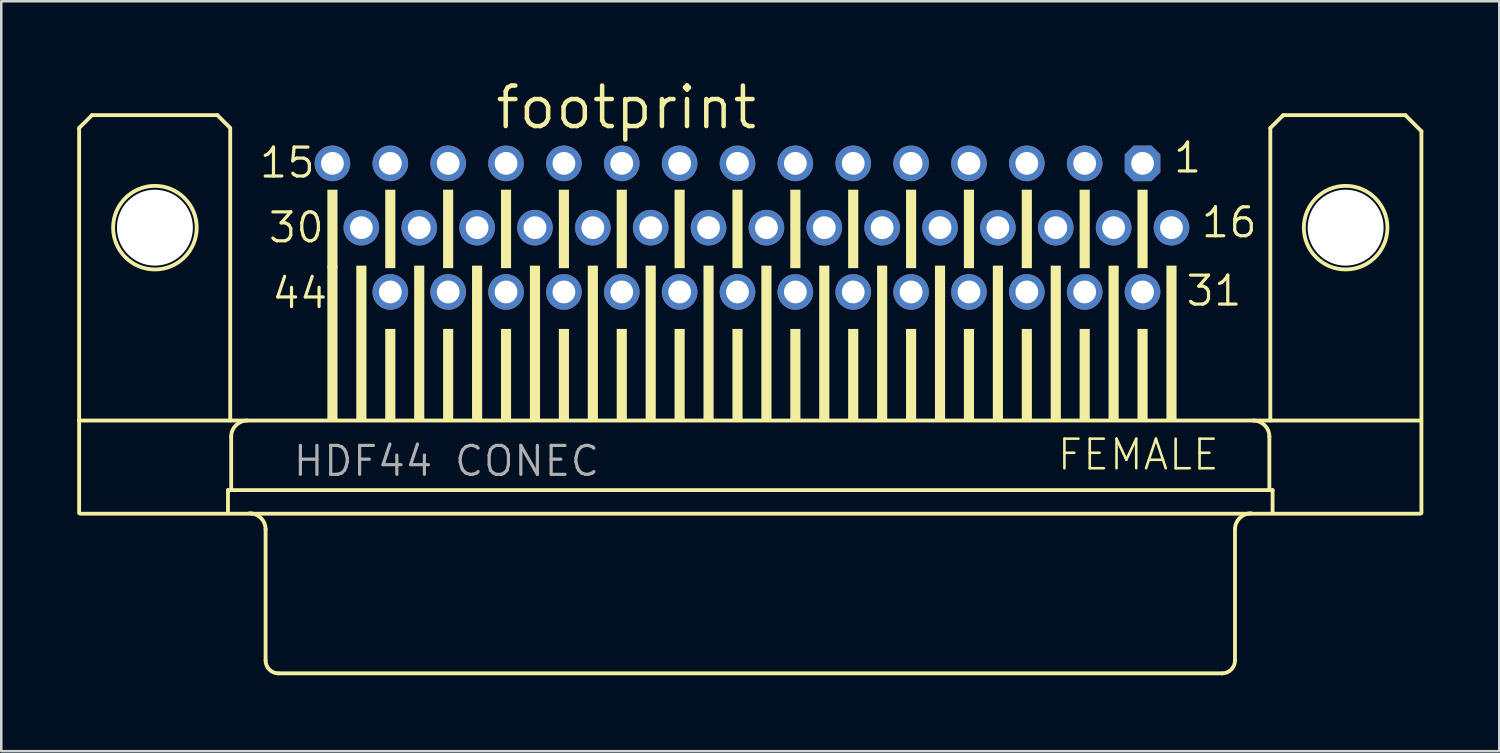
<source format=kicad_pcb>
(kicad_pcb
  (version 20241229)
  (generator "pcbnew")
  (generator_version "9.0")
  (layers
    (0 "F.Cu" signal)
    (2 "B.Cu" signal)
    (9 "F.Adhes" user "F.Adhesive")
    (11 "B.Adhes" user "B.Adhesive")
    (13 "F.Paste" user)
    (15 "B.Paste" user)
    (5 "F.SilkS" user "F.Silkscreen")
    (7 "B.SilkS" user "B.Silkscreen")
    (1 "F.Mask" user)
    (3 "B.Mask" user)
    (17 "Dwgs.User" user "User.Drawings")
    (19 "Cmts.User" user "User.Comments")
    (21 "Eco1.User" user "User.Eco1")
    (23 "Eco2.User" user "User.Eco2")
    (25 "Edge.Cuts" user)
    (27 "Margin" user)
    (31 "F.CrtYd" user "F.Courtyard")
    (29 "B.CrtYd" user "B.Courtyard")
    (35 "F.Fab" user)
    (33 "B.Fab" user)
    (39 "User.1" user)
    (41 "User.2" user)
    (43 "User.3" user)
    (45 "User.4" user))
  (footprint "footprint"
    (layer "F.Cu")
    (at 26.59 5.944)
    (property "Reference" "footprint" (at -10.16 -3.81 0) (layer "F.SilkS") (effects (font (size 1.6 1.6) (thickness 0.178)) (justify left bottom)))
    (fp_line (start -26.514 -3.937) (end -26.514 7.62) (stroke (width 0.152) (type solid)) (layer "F.SilkS"))
    (fp_line (start -26.514 11.276) (end -26.514 7.62) (stroke (width 0.152) (type solid)) (layer "F.SilkS"))
    (fp_line (start -26.47 11.3) (end 26.47 11.3) (stroke (width 0.152) (type solid)) (layer "F.SilkS"))
    (fp_line (start -26.006 -4.445) (end -26.514 -3.937) (stroke (width 0.152) (type solid)) (layer "F.SilkS"))
    (fp_line (start -21.053 -4.445) (end -26.006 -4.445) (stroke (width 0.152) (type solid)) (layer "F.SilkS"))
    (fp_line (start -20.634 10.368) (end -20.634 11.276) (stroke (width 0.152) (type solid)) (layer "F.SilkS"))
    (fp_line (start -20.545 -3.937) (end -21.053 -4.445) (stroke (width 0.152) (type solid)) (layer "F.SilkS"))
    (fp_line (start -20.545 -3.937) (end -20.545 7.62) (stroke (width 0.152) (type solid)) (layer "F.SilkS"))
    (fp_line (start -20.507 8.255) (end -20.507 10.368) (stroke (width 0.152) (type solid)) (layer "F.SilkS"))
    (fp_line (start -20.507 10.368) (end -20.634 10.368) (stroke (width 0.152) (type solid)) (layer "F.SilkS"))
    (fp_line (start -19.148 11.919) (end -19.148 17.099) (stroke (width 0.152) (type solid)) (layer "F.SilkS"))
    (fp_line (start 18.64 17.607) (end -18.64 17.607) (stroke (width 0.152) (type solid)) (layer "F.SilkS"))
    (fp_line (start 19.148 11.919) (end 19.148 17.099) (stroke (width 0.152) (type solid)) (layer "F.SilkS"))
    (fp_line (start 20.507 8.255) (end 20.507 10.368) (stroke (width 0.152) (type solid)) (layer "F.SilkS"))
    (fp_line (start 20.507 10.368) (end -20.507 10.368) (stroke (width 0.152) (type solid)) (layer "F.SilkS"))
    (fp_line (start 20.545 -3.937) (end 20.545 7.62) (stroke (width 0.152) (type solid)) (layer "F.SilkS"))
    (fp_line (start 20.634 10.368) (end 20.507 10.368) (stroke (width 0.152) (type solid)) (layer "F.SilkS"))
    (fp_line (start 20.634 10.368) (end 20.634 11.276) (stroke (width 0.152) (type solid)) (layer "F.SilkS"))
    (fp_line (start 21.053 -4.445) (end 20.545 -3.937) (stroke (width 0.152) (type solid)) (layer "F.SilkS"))
    (fp_line (start 21.053 -4.445) (end 25.879 -4.445) (stroke (width 0.152) (type solid)) (layer "F.SilkS"))
    (fp_line (start 25.879 -4.445) (end 26.514 -3.81) (stroke (width 0.152) (type solid)) (layer "F.SilkS"))
    (fp_line (start 26.426 7.62) (end -26.514 7.62) (stroke (width 0.152) (type solid)) (layer "F.SilkS"))
    (fp_line (start 26.514 -3.81) (end 26.514 11.276) (stroke (width 0.152) (type solid)) (layer "F.SilkS"))
    (fp_arc (start -20.507 8.255) (mid -20.321013 7.805987) (end -19.872 7.62) (stroke (width 0.1524) (type solid)) (layer "F.SilkS"))
    (fp_arc (start -19.783 11.284) (mid -19.333987 11.469987) (end -19.148 11.919) (stroke (width 0.1524) (type solid)) (layer "F.SilkS"))
    (fp_arc (start -18.64 17.607) (mid -18.99921 17.45821) (end -19.148 17.099) (stroke (width 0.1524) (type solid)) (layer "F.SilkS"))
    (fp_arc (start 19.148 11.919) (mid 19.333987 11.469987) (end 19.783 11.284) (stroke (width 0.1524) (type solid)) (layer "F.SilkS"))
    (fp_arc (start 19.148 17.099) (mid 18.99921 17.45821) (end 18.64 17.607) (stroke (width 0.1524) (type solid)) (layer "F.SilkS"))
    (fp_arc (start 19.872 7.62) (mid 20.321013 7.805987) (end 20.507 8.255) (stroke (width 0.1524) (type solid)) (layer "F.SilkS"))
    (fp_circle (center -23.52 0) (end -21.869 0) (stroke (width 0.152) (type solid)) (fill no) (layer "F.SilkS"))
    (fp_circle (center 23.52 0) (end 25.171 0) (stroke (width 0.152) (type solid)) (fill no) (layer "F.SilkS"))
    (fp_poly (pts (xy -16.707 1.6) (xy -16.307 1.6) (xy -16.307 -1.5) (xy -16.707 -1.5)) (stroke (width 0) (type solid)) (fill yes) (layer "F.SilkS"))
    (fp_poly (pts (xy -16.707 7.6) (xy -16.307 7.6) (xy -16.307 1.5) (xy -16.707 1.5)) (stroke (width 0) (type solid)) (fill yes) (layer "F.SilkS"))
    (fp_poly (pts (xy -15.564 7.6) (xy -15.164 7.6) (xy -15.164 1.5) (xy -15.564 1.5)) (stroke (width 0) (type solid)) (fill yes) (layer "F.SilkS"))
    (fp_poly (pts (xy -14.421 1.6) (xy -14.021 1.6) (xy -14.021 -1.5) (xy -14.421 -1.5)) (stroke (width 0) (type solid)) (fill yes) (layer "F.SilkS"))
    (fp_poly (pts (xy -14.421 7.6) (xy -14.021 7.6) (xy -14.021 4) (xy -14.421 4)) (stroke (width 0) (type solid)) (fill yes) (layer "F.SilkS"))
    (fp_poly (pts (xy -13.278 7.6) (xy -12.878 7.6) (xy -12.878 1.5) (xy -13.278 1.5)) (stroke (width 0) (type solid)) (fill yes) (layer "F.SilkS"))
    (fp_poly (pts (xy -12.135 1.6) (xy -11.735 1.6) (xy -11.735 -1.5) (xy -12.135 -1.5)) (stroke (width 0) (type solid)) (fill yes) (layer "F.SilkS"))
    (fp_poly (pts (xy -12.135 7.6) (xy -11.735 7.6) (xy -11.735 4) (xy -12.135 4)) (stroke (width 0) (type solid)) (fill yes) (layer "F.SilkS"))
    (fp_poly (pts (xy -10.992 7.6) (xy -10.592 7.6) (xy -10.592 1.5) (xy -10.992 1.5)) (stroke (width 0) (type solid)) (fill yes) (layer "F.SilkS"))
    (fp_poly (pts (xy -9.849 1.6) (xy -9.449 1.6) (xy -9.449 -1.5) (xy -9.849 -1.5)) (stroke (width 0) (type solid)) (fill yes) (layer "F.SilkS"))
    (fp_poly (pts (xy -9.849 7.6) (xy -9.449 7.6) (xy -9.449 4) (xy -9.849 4)) (stroke (width 0) (type solid)) (fill yes) (layer "F.SilkS"))
    (fp_poly (pts (xy -8.706 7.6) (xy -8.306 7.6) (xy -8.306 1.5) (xy -8.706 1.5)) (stroke (width 0) (type solid)) (fill yes) (layer "F.SilkS"))
    (fp_poly (pts (xy -7.563 1.6) (xy -7.163 1.6) (xy -7.163 -1.5) (xy -7.563 -1.5)) (stroke (width 0) (type solid)) (fill yes) (layer "F.SilkS"))
    (fp_poly (pts (xy -7.563 7.6) (xy -7.163 7.6) (xy -7.163 4) (xy -7.563 4)) (stroke (width 0) (type solid)) (fill yes) (layer "F.SilkS"))
    (fp_poly (pts (xy -6.42 7.6) (xy -6.02 7.6) (xy -6.02 1.5) (xy -6.42 1.5)) (stroke (width 0) (type solid)) (fill yes) (layer "F.SilkS"))
    (fp_poly (pts (xy -5.277 1.6) (xy -4.877 1.6) (xy -4.877 -1.5) (xy -5.277 -1.5)) (stroke (width 0) (type solid)) (fill yes) (layer "F.SilkS"))
    (fp_poly (pts (xy -5.277 7.6) (xy -4.877 7.6) (xy -4.877 4) (xy -5.277 4)) (stroke (width 0) (type solid)) (fill yes) (layer "F.SilkS"))
    (fp_poly (pts (xy -4.134 7.6) (xy -3.734 7.6) (xy -3.734 1.5) (xy -4.134 1.5)) (stroke (width 0) (type solid)) (fill yes) (layer "F.SilkS"))
    (fp_poly (pts (xy -2.991 1.6) (xy -2.591 1.6) (xy -2.591 -1.5) (xy -2.991 -1.5)) (stroke (width 0) (type solid)) (fill yes) (layer "F.SilkS"))
    (fp_poly (pts (xy -2.991 7.6) (xy -2.591 7.6) (xy -2.591 4) (xy -2.991 4)) (stroke (width 0) (type solid)) (fill yes) (layer "F.SilkS"))
    (fp_poly (pts (xy -1.848 7.6) (xy -1.448 7.6) (xy -1.448 1.5) (xy -1.848 1.5)) (stroke (width 0) (type solid)) (fill yes) (layer "F.SilkS"))
    (fp_poly (pts (xy -0.705 1.6) (xy -0.305 1.6) (xy -0.305 -1.5) (xy -0.705 -1.5)) (stroke (width 0) (type solid)) (fill yes) (layer "F.SilkS"))
    (fp_poly (pts (xy -0.705 7.6) (xy -0.305 7.6) (xy -0.305 4) (xy -0.705 4)) (stroke (width 0) (type solid)) (fill yes) (layer "F.SilkS"))
    (fp_poly (pts (xy 0.438 7.6) (xy 0.838 7.6) (xy 0.838 1.5) (xy 0.438 1.5)) (stroke (width 0) (type solid)) (fill yes) (layer "F.SilkS"))
    (fp_poly (pts (xy 1.581 1.6) (xy 1.981 1.6) (xy 1.981 -1.5) (xy 1.581 -1.5)) (stroke (width 0) (type solid)) (fill yes) (layer "F.SilkS"))
    (fp_poly (pts (xy 1.581 7.6) (xy 1.981 7.6) (xy 1.981 4) (xy 1.581 4)) (stroke (width 0) (type solid)) (fill yes) (layer "F.SilkS"))
    (fp_poly (pts (xy 2.724 7.6) (xy 3.124 7.6) (xy 3.124 1.5) (xy 2.724 1.5)) (stroke (width 0) (type solid)) (fill yes) (layer "F.SilkS"))
    (fp_poly (pts (xy 3.867 1.6) (xy 4.267 1.6) (xy 4.267 -1.5) (xy 3.867 -1.5)) (stroke (width 0) (type solid)) (fill yes) (layer "F.SilkS"))
    (fp_poly (pts (xy 3.867 7.6) (xy 4.267 7.6) (xy 4.267 4) (xy 3.867 4)) (stroke (width 0) (type solid)) (fill yes) (layer "F.SilkS"))
    (fp_poly (pts (xy 5.01 7.6) (xy 5.41 7.6) (xy 5.41 1.5) (xy 5.01 1.5)) (stroke (width 0) (type solid)) (fill yes) (layer "F.SilkS"))
    (fp_poly (pts (xy 6.153 1.6) (xy 6.553 1.6) (xy 6.553 -1.5) (xy 6.153 -1.5)) (stroke (width 0) (type solid)) (fill yes) (layer "F.SilkS"))
    (fp_poly (pts (xy 6.153 7.6) (xy 6.553 7.6) (xy 6.553 4) (xy 6.153 4)) (stroke (width 0) (type solid)) (fill yes) (layer "F.SilkS"))
    (fp_poly (pts (xy 7.296 7.6) (xy 7.696 7.6) (xy 7.696 1.5) (xy 7.296 1.5)) (stroke (width 0) (type solid)) (fill yes) (layer "F.SilkS"))
    (fp_poly (pts (xy 8.439 1.6) (xy 8.839 1.6) (xy 8.839 -1.5) (xy 8.439 -1.5)) (stroke (width 0) (type solid)) (fill yes) (layer "F.SilkS"))
    (fp_poly (pts (xy 8.439 7.6) (xy 8.839 7.6) (xy 8.839 4) (xy 8.439 4)) (stroke (width 0) (type solid)) (fill yes) (layer "F.SilkS"))
    (fp_poly (pts (xy 9.582 7.6) (xy 9.982 7.6) (xy 9.982 1.5) (xy 9.582 1.5)) (stroke (width 0) (type solid)) (fill yes) (layer "F.SilkS"))
    (fp_poly (pts (xy 10.725 1.6) (xy 11.125 1.6) (xy 11.125 -1.5) (xy 10.725 -1.5)) (stroke (width 0) (type solid)) (fill yes) (layer "F.SilkS"))
    (fp_poly (pts (xy 10.725 7.6) (xy 11.125 7.6) (xy 11.125 4) (xy 10.725 4)) (stroke (width 0) (type solid)) (fill yes) (layer "F.SilkS"))
    (fp_poly (pts (xy 11.868 7.6) (xy 12.268 7.6) (xy 12.268 1.5) (xy 11.868 1.5)) (stroke (width 0) (type solid)) (fill yes) (layer "F.SilkS"))
    (fp_poly (pts (xy 13.011 1.6) (xy 13.411 1.6) (xy 13.411 -1.5) (xy 13.011 -1.5)) (stroke (width 0) (type solid)) (fill yes) (layer "F.SilkS"))
    (fp_poly (pts (xy 13.011 7.6) (xy 13.411 7.6) (xy 13.411 4) (xy 13.011 4)) (stroke (width 0) (type solid)) (fill yes) (layer "F.SilkS"))
    (fp_poly (pts (xy 14.154 7.6) (xy 14.554 7.6) (xy 14.554 1.5) (xy 14.154 1.5)) (stroke (width 0) (type solid)) (fill yes) (layer "F.SilkS"))
    (fp_poly (pts (xy 15.297 1.6) (xy 15.697 1.6) (xy 15.697 -1.5) (xy 15.297 -1.5)) (stroke (width 0) (type solid)) (fill yes) (layer "F.SilkS"))
    (fp_poly (pts (xy 15.297 7.6) (xy 15.697 7.6) (xy 15.697 4) (xy 15.297 4)) (stroke (width 0) (type solid)) (fill yes) (layer "F.SilkS"))
    (fp_poly (pts (xy 16.44 7.6) (xy 16.84 7.6) (xy 16.84 1.5) (xy 16.44 1.5)) (stroke (width 0) (type solid)) (fill yes) (layer "F.SilkS"))
    (fp_text user "44" (at -18.969 3.265 0) (layer "F.SilkS") (effects (font (size 1.143 1.143) (thickness 0.127)) (justify left bottom)))
    (fp_text user "16" (at 17.748 0.465 0) (layer "F.SilkS") (effects (font (size 1.143 1.143) (thickness 0.127)) (justify left bottom)))
    (fp_text user "15" (at -19.464 -1.895 0) (layer "F.SilkS") (effects (font (size 1.143 1.143) (thickness 0.127)) (justify left bottom)))
    (fp_text user "31" (at 17.148 3.165 0) (layer "F.SilkS") (effects (font (size 1.143 1.143) (thickness 0.127)) (justify left bottom)))
    (fp_text user "FEMALE" (at 12.065 9.652 0) (layer "F.SilkS") (effects (font (size 1.168 1.168) (thickness 0.102)) (justify left bottom)))
    (fp_text user "30" (at -19.107 0.665 0) (layer "F.SilkS") (effects (font (size 1.143 1.143) (thickness 0.127)) (justify left bottom)))
    (fp_text user "1" (at 16.648 -2.095 0) (layer "F.SilkS") (effects (font (size 1.143 1.143) (thickness 0.127)) (justify left bottom)))
    (fp_text user "HDF44 CONEC" (at -18.129 9.891 0) (layer "F.Fab") (effects (font (size 1.143 1.143) (thickness 0.127)) (justify left bottom)))
    (pad "" np_thru_hole circle (at -23.52 0) (size 3 3) (drill 3) (layers "*.Cu" "*.Mask"))
    (pad "" np_thru_hole circle (at 23.52 0) (size 3 3) (drill 3) (layers "*.Cu" "*.Mask"))
    (pad "1" thru_hole roundrect (at 15.497 -2.54) (size 1.408 1.408) (drill 0.9) (layers "*.Cu" "*.Mask") (roundrect_rratio 0.25) (chamfer_ratio 0.25) (chamfer top_left top_right bottom_left bottom_right))
    (pad "2" thru_hole circle (at 13.211 -2.54) (size 1.408 1.408) (drill 0.9) (layers "*.Cu" "*.Mask"))
    (pad "3" thru_hole circle (at 10.925 -2.54) (size 1.408 1.408) (drill 0.9) (layers "*.Cu" "*.Mask"))
    (pad "4" thru_hole circle (at 8.639 -2.54) (size 1.408 1.408) (drill 0.9) (layers "*.Cu" "*.Mask"))
    (pad "5" thru_hole circle (at 6.353 -2.54) (size 1.408 1.408) (drill 0.9) (layers "*.Cu" "*.Mask"))
    (pad "6" thru_hole circle (at 4.067 -2.54) (size 1.408 1.408) (drill 0.9) (layers "*.Cu" "*.Mask"))
    (pad "7" thru_hole circle (at 1.781 -2.54) (size 1.408 1.408) (drill 0.9) (layers "*.Cu" "*.Mask"))
    (pad "8" thru_hole circle (at -0.505 -2.54) (size 1.408 1.408) (drill 0.9) (layers "*.Cu" "*.Mask"))
    (pad "9" thru_hole circle (at -2.791 -2.54) (size 1.408 1.408) (drill 0.9) (layers "*.Cu" "*.Mask"))
    (pad "10" thru_hole circle (at -5.077 -2.54) (size 1.408 1.408) (drill 0.9) (layers "*.Cu" "*.Mask"))
    (pad "11" thru_hole circle (at -7.363 -2.54) (size 1.408 1.408) (drill 0.9) (layers "*.Cu" "*.Mask"))
    (pad "12" thru_hole circle (at -9.649 -2.54) (size 1.408 1.408) (drill 0.9) (layers "*.Cu" "*.Mask"))
    (pad "13" thru_hole circle (at -11.935 -2.54) (size 1.408 1.408) (drill 0.9) (layers "*.Cu" "*.Mask"))
    (pad "14" thru_hole circle (at -14.221 -2.54) (size 1.408 1.408) (drill 0.9) (layers "*.Cu" "*.Mask"))
    (pad "15" thru_hole circle (at -16.507 -2.54) (size 1.408 1.408) (drill 0.9) (layers "*.Cu" "*.Mask"))
    (pad "16" thru_hole circle (at 16.64 0) (size 1.408 1.408) (drill 0.9) (layers "*.Cu" "*.Mask"))
    (pad "17" thru_hole circle (at 14.354 0) (size 1.408 1.408) (drill 0.9) (layers "*.Cu" "*.Mask"))
    (pad "18" thru_hole circle (at 12.068 0) (size 1.408 1.408) (drill 0.9) (layers "*.Cu" "*.Mask"))
    (pad "19" thru_hole circle (at 9.782 0) (size 1.408 1.408) (drill 0.9) (layers "*.Cu" "*.Mask"))
    (pad "20" thru_hole circle (at 7.496 0) (size 1.408 1.408) (drill 0.9) (layers "*.Cu" "*.Mask"))
    (pad "21" thru_hole circle (at 5.21 0) (size 1.408 1.408) (drill 0.9) (layers "*.Cu" "*.Mask"))
    (pad "22" thru_hole circle (at 2.924 0) (size 1.408 1.408) (drill 0.9) (layers "*.Cu" "*.Mask"))
    (pad "23" thru_hole circle (at 0.638 0) (size 1.408 1.408) (drill 0.9) (layers "*.Cu" "*.Mask"))
    (pad "24" thru_hole circle (at -1.648 0) (size 1.408 1.408) (drill 0.9) (layers "*.Cu" "*.Mask"))
    (pad "25" thru_hole circle (at -3.934 0) (size 1.408 1.408) (drill 0.9) (layers "*.Cu" "*.Mask"))
    (pad "26" thru_hole circle (at -6.22 0) (size 1.408 1.408) (drill 0.9) (layers "*.Cu" "*.Mask"))
    (pad "27" thru_hole circle (at -8.506 0) (size 1.408 1.408) (drill 0.9) (layers "*.Cu" "*.Mask"))
    (pad "28" thru_hole circle (at -10.792 0) (size 1.408 1.408) (drill 0.9) (layers "*.Cu" "*.Mask"))
    (pad "29" thru_hole circle (at -13.078 0) (size 1.408 1.408) (drill 0.9) (layers "*.Cu" "*.Mask"))
    (pad "30" thru_hole circle (at -15.364 0) (size 1.408 1.408) (drill 0.9) (layers "*.Cu" "*.Mask"))
    (pad "31" thru_hole circle (at 15.497 2.54) (size 1.408 1.408) (drill 0.9) (layers "*.Cu" "*.Mask"))
    (pad "32" thru_hole circle (at 13.211 2.54) (size 1.408 1.408) (drill 0.9) (layers "*.Cu" "*.Mask"))
    (pad "33" thru_hole circle (at 10.925 2.54) (size 1.408 1.408) (drill 0.9) (layers "*.Cu" "*.Mask"))
    (pad "34" thru_hole circle (at 8.639 2.54) (size 1.408 1.408) (drill 0.9) (layers "*.Cu" "*.Mask"))
    (pad "35" thru_hole circle (at 6.353 2.54) (size 1.408 1.408) (drill 0.9) (layers "*.Cu" "*.Mask"))
    (pad "36" thru_hole circle (at 4.067 2.54) (size 1.408 1.408) (drill 0.9) (layers "*.Cu" "*.Mask"))
    (pad "37" thru_hole circle (at 1.781 2.54) (size 1.408 1.408) (drill 0.9) (layers "*.Cu" "*.Mask"))
    (pad "38" thru_hole circle (at -0.505 2.54) (size 1.408 1.408) (drill 0.9) (layers "*.Cu" "*.Mask"))
    (pad "39" thru_hole circle (at -2.791 2.54) (size 1.408 1.408) (drill 0.9) (layers "*.Cu" "*.Mask"))
    (pad "40" thru_hole circle (at -5.077 2.54) (size 1.408 1.408) (drill 0.9) (layers "*.Cu" "*.Mask"))
    (pad "41" thru_hole circle (at -7.363 2.54) (size 1.408 1.408) (drill 0.9) (layers "*.Cu" "*.Mask"))
    (pad "42" thru_hole circle (at -9.649 2.54) (size 1.408 1.408) (drill 0.9) (layers "*.Cu" "*.Mask"))
    (pad "43" thru_hole circle (at -11.935 2.54) (size 1.408 1.408) (drill 0.9) (layers "*.Cu" "*.Mask"))
    (pad "44" thru_hole circle (at -14.221 2.54) (size 1.408 1.408) (drill 0.9) (layers "*.Cu" "*.Mask"))
    (zone (net_name "") (layers "F.Cu" "B.Cu") (hatch edge 0.508) (connect_pads) (min_thickness 0.254) (filled_areas_thickness no) (keepout (tracks allowed) (vias not_allowed) (pads allowed) (copperpour allowed) (footprints allowed)) (placement (enabled no)) (fill) (polygon (pts (xy 5.737 5.944) (xy 5.697 5.48) (xy 5.576 5.031) (xy 5.38 4.61) (xy 5.113 4.229) (xy 4.785 3.901) (xy 4.404 3.634) (xy 3.982 3.437) (xy 3.533 3.317) (xy 3.07 3.277) (xy 2.607 3.317) (xy 2.158 3.437) (xy 1.737 3.634) (xy 1.356 3.901) (xy 1.027 4.229) (xy 0.761 4.61) (xy 0.564 5.031) (xy 0.444 5.48) (xy 0.403 5.944) (xy 0.444 6.407) (xy 0.564 6.856) (xy 0.761 7.277) (xy 1.027 7.658) (xy 1.356 7.987) (xy 1.737 8.253) (xy 2.158 8.45) (xy 2.607 8.57) (xy 3.07 8.611) (xy 3.533 8.57) (xy 3.982 8.45) (xy 4.404 8.253) (xy 4.785 7.987) (xy 5.113 7.658) (xy 5.38 7.277) (xy 5.576 6.856) (xy 5.697 6.407))))
    (zone (net_name "") (layers "F.Cu" "B.Cu") (hatch edge 0.508) (connect_pads) (min_thickness 0.254) (filled_areas_thickness no) (keepout (tracks allowed) (vias not_allowed) (pads allowed) (copperpour allowed) (footprints allowed)) (placement (enabled no)) (fill) (polygon (pts (xy 52.777 5.944) (xy 52.737 5.48) (xy 52.616 5.031) (xy 52.42 4.61) (xy 52.153 4.229) (xy 51.825 3.901) (xy 51.444 3.634) (xy 51.022 3.437) (xy 50.573 3.317) (xy 50.11 3.277) (xy 49.647 3.317) (xy 49.198 3.437) (xy 48.777 3.634) (xy 48.396 3.901) (xy 48.067 4.229) (xy 47.801 4.61) (xy 47.604 5.031) (xy 47.484 5.48) (xy 47.443 5.944) (xy 47.484 6.407) (xy 47.604 6.856) (xy 47.801 7.277) (xy 48.067 7.658) (xy 48.396 7.987) (xy 48.777 8.253) (xy 49.198 8.45) (xy 49.647 8.57) (xy 50.11 8.611) (xy 50.573 8.57) (xy 51.022 8.45) (xy 51.444 8.253) (xy 51.825 7.987) (xy 52.153 7.658) (xy 52.42 7.277) (xy 52.616 6.856) (xy 52.737 6.407))))
    (zone (net_name "") (layer "B.Cu") (hatch edge 0.508) (connect_pads) (min_thickness 0.254) (filled_areas_thickness no) (keepout (tracks not_allowed) (vias not_allowed) (pads not_allowed) (copperpour not_allowed) (footprints allowed)) (placement (enabled no)) (fill) (polygon (pts (xy 5.737 5.944) (xy 5.697 5.48) (xy 5.576 5.031) (xy 5.38 4.61) (xy 5.113 4.229) (xy 4.785 3.901) (xy 4.404 3.634) (xy 3.982 3.437) (xy 3.533 3.317) (xy 3.07 3.277) (xy 2.607 3.317) (xy 2.158 3.437) (xy 1.737 3.634) (xy 1.356 3.901) (xy 1.027 4.229) (xy 0.761 4.61) (xy 0.564 5.031) (xy 0.444 5.48) (xy 0.403 5.944) (xy 0.444 6.407) (xy 0.564 6.856) (xy 0.761 7.277) (xy 1.027 7.658) (xy 1.356 7.987) (xy 1.737 8.253) (xy 2.158 8.45) (xy 2.607 8.57) (xy 3.07 8.611) (xy 3.533 8.57) (xy 3.982 8.45) (xy 4.404 8.253) (xy 4.785 7.987) (xy 5.113 7.658) (xy 5.38 7.277) (xy 5.576 6.856) (xy 5.697 6.407))))
    (zone (net_name "") (layer "B.Cu") (hatch edge 0.508) (connect_pads) (min_thickness 0.254) (filled_areas_thickness no) (keepout (tracks not_allowed) (vias not_allowed) (pads not_allowed) (copperpour not_allowed) (footprints allowed)) (placement (enabled no)) (fill) (polygon (pts (xy 52.777 5.944) (xy 52.737 5.48) (xy 52.616 5.031) (xy 52.42 4.61) (xy 52.153 4.229) (xy 51.825 3.901) (xy 51.444 3.634) (xy 51.022 3.437) (xy 50.573 3.317) (xy 50.11 3.277) (xy 49.647 3.317) (xy 49.198 3.437) (xy 48.777 3.634) (xy 48.396 3.901) (xy 48.067 4.229) (xy 47.801 4.61) (xy 47.604 5.031) (xy 47.484 5.48) (xy 47.443 5.944) (xy 47.484 6.407) (xy 47.604 6.856) (xy 47.801 7.277) (xy 48.067 7.658) (xy 48.396 7.987) (xy 48.777 8.253) (xy 49.198 8.45) (xy 49.647 8.57) (xy 50.11 8.611) (xy 50.573 8.57) (xy 51.022 8.45) (xy 51.444 8.253) (xy 51.825 7.987) (xy 52.153 7.658) (xy 52.42 7.277) (xy 52.616 6.856) (xy 52.737 6.407)))))
  (gr_rect
    (start -3 -3)
    (end 56.18 26.627)
    (stroke (width 0.1) (type default))
    (fill no)
    (layer "Edge.Cuts")))
</source>
